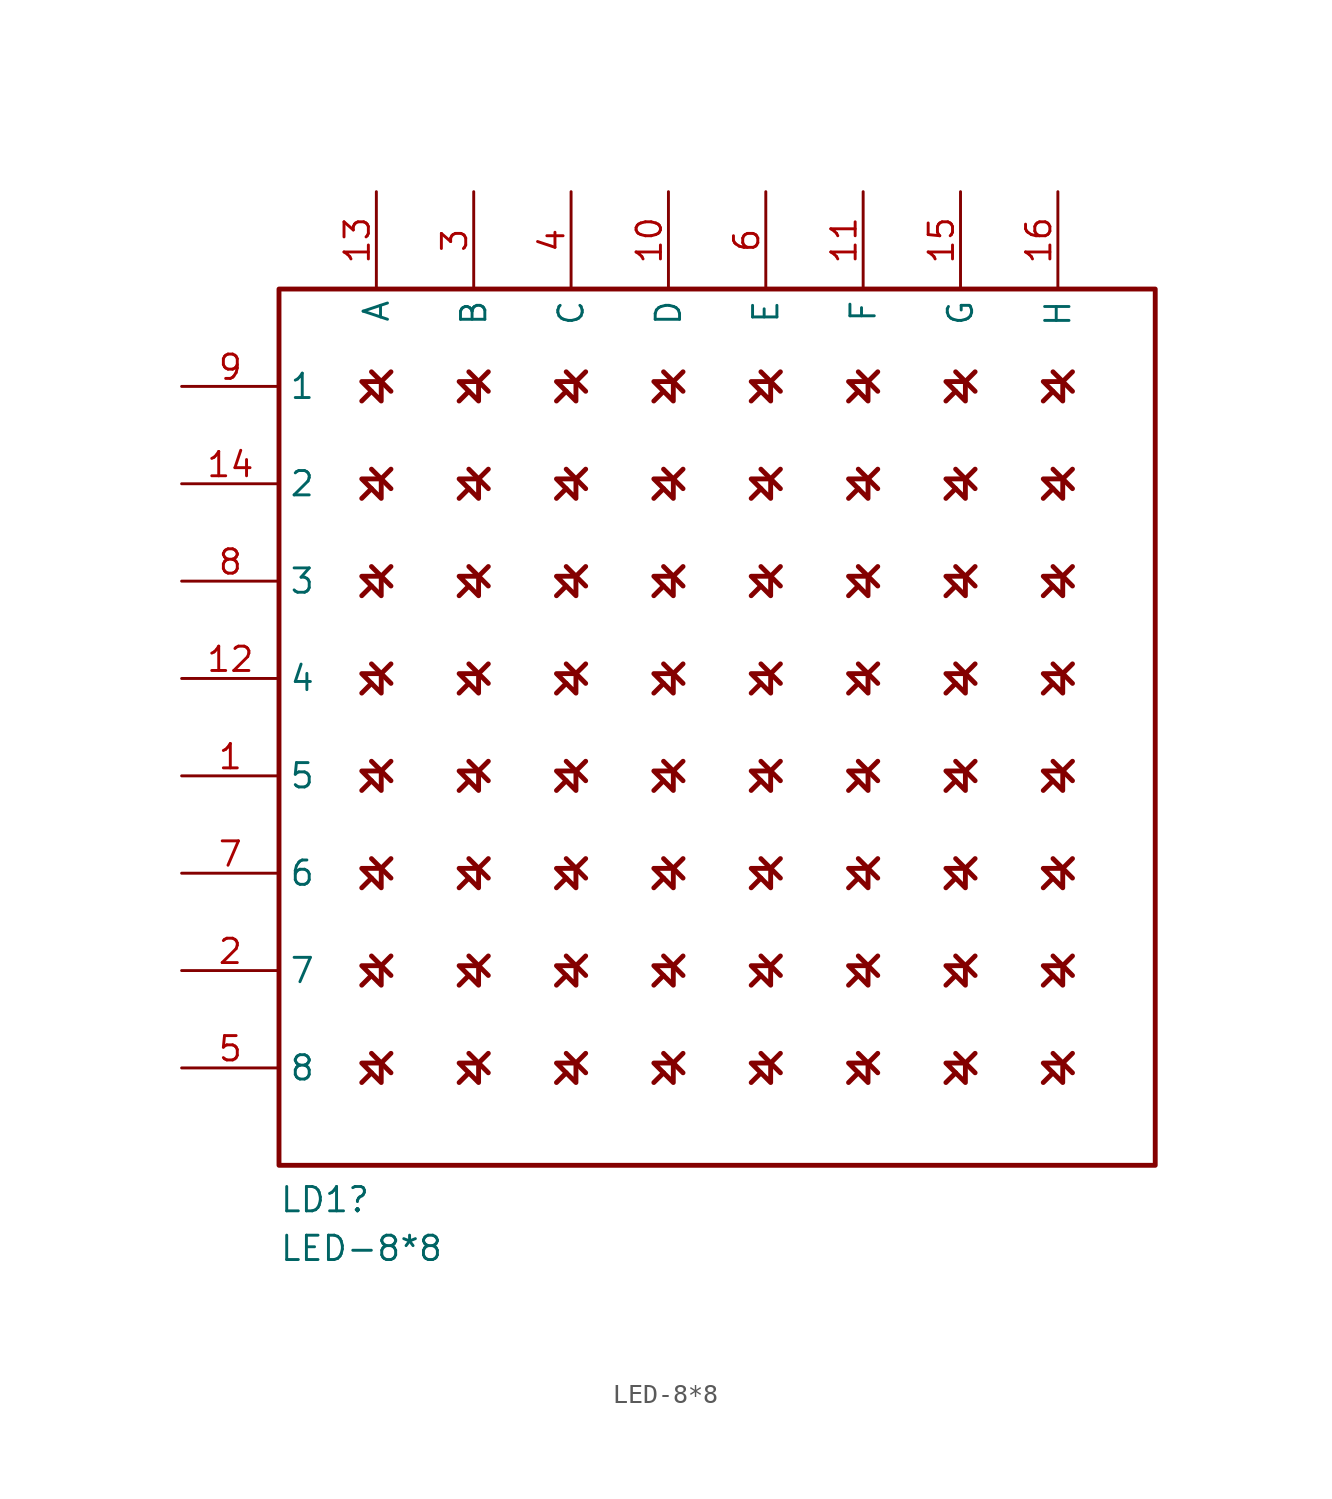
<source format=kicad_sym>
(kicad_symbol_lib
  (version 20211014)
  (generator kicad_symbol_editor)
  (symbol "LED-8*8"
    (property "Reference" "LD1"
      (at 0 -48.26 0)
      (effects (font (size 1.27 1.27)) (justify left bottom)))
    (property "Value" "LED-8*8"
      (at 0 -50.8 0)
      (effects (font (size 1.27 1.27)) (justify left bottom)))
    (symbol "LED-8*8_1_0"
      (polyline (pts (xy 4.826 -40.894) (xy 4.318 -41.402)) (stroke (width 0.254) (type default) (color 0 0 0 0)) (fill (type none)))
      (polyline (pts (xy 4.826 -35.814) (xy 4.318 -36.322)) (stroke (width 0.254) (type default) (color 0 0 0 0)) (fill (type none)))
      (polyline (pts (xy 4.826 -30.734) (xy 4.318 -31.242)) (stroke (width 0.254) (type default) (color 0 0 0 0)) (fill (type none)))
      (polyline (pts (xy 4.826 -25.654) (xy 4.318 -26.162)) (stroke (width 0.254) (type default) (color 0 0 0 0)) (fill (type none)))
      (polyline (pts (xy 4.826 -20.574) (xy 4.318 -21.082)) (stroke (width 0.254) (type default) (color 0 0 0 0)) (fill (type none)))
      (polyline (pts (xy 4.826 -15.494) (xy 4.318 -16.002)) (stroke (width 0.254) (type default) (color 0 0 0 0)) (fill (type none)))
      (polyline (pts (xy 4.826 -10.414) (xy 4.318 -10.922)) (stroke (width 0.254) (type default) (color 0 0 0 0)) (fill (type none)))
      (polyline (pts (xy 4.826 -5.334) (xy 4.318 -5.842)) (stroke (width 0.254) (type default) (color 0 0 0 0)) (fill (type none)))
      (polyline (pts (xy 5.334 -40.386) (xy 5.842 -39.878)) (stroke (width 0.254) (type default) (color 0 0 0 0)) (fill (type none)))
      (polyline (pts (xy 5.334 -35.306) (xy 5.842 -34.798)) (stroke (width 0.254) (type default) (color 0 0 0 0)) (fill (type none)))
      (polyline (pts (xy 5.334 -30.226) (xy 5.842 -29.718)) (stroke (width 0.254) (type default) (color 0 0 0 0)) (fill (type none)))
      (polyline (pts (xy 5.334 -25.146) (xy 5.842 -24.638)) (stroke (width 0.254) (type default) (color 0 0 0 0)) (fill (type none)))
      (polyline (pts (xy 5.334 -20.066) (xy 5.842 -19.558)) (stroke (width 0.254) (type default) (color 0 0 0 0)) (fill (type none)))
      (polyline (pts (xy 5.334 -14.986) (xy 5.842 -14.478)) (stroke (width 0.254) (type default) (color 0 0 0 0)) (fill (type none)))
      (polyline (pts (xy 5.334 -9.906) (xy 5.842 -9.398)) (stroke (width 0.254) (type default) (color 0 0 0 0)) (fill (type none)))
      (polyline (pts (xy 5.334 -4.826) (xy 5.842 -4.318)) (stroke (width 0.254) (type default) (color 0 0 0 0)) (fill (type none)))
      (polyline (pts (xy 5.842 -40.894) (xy 4.826 -39.878)) (stroke (width 0.254) (type default) (color 0 0 0 0)) (fill (type none)))
      (polyline (pts (xy 5.842 -35.814) (xy 4.826 -34.798)) (stroke (width 0.254) (type default) (color 0 0 0 0)) (fill (type none)))
      (polyline (pts (xy 5.842 -30.734) (xy 4.826 -29.718)) (stroke (width 0.254) (type default) (color 0 0 0 0)) (fill (type none)))
      (polyline (pts (xy 5.842 -25.654) (xy 4.826 -24.638)) (stroke (width 0.254) (type default) (color 0 0 0 0)) (fill (type none)))
      (polyline (pts (xy 5.842 -20.574) (xy 4.826 -19.558)) (stroke (width 0.254) (type default) (color 0 0 0 0)) (fill (type none)))
      (polyline (pts (xy 5.842 -15.494) (xy 4.826 -14.478)) (stroke (width 0.254) (type default) (color 0 0 0 0)) (fill (type none)))
      (polyline (pts (xy 5.842 -10.414) (xy 4.826 -9.398)) (stroke (width 0.254) (type default) (color 0 0 0 0)) (fill (type none)))
      (polyline (pts (xy 5.842 -5.334) (xy 4.826 -4.318)) (stroke (width 0.254) (type default) (color 0 0 0 0)) (fill (type none)))
      (polyline (pts (xy 9.906 -40.894) (xy 9.398 -41.402)) (stroke (width 0.254) (type default) (color 0 0 0 0)) (fill (type none)))
      (polyline (pts (xy 9.906 -35.814) (xy 9.398 -36.322)) (stroke (width 0.254) (type default) (color 0 0 0 0)) (fill (type none)))
      (polyline (pts (xy 9.906 -30.734) (xy 9.398 -31.242)) (stroke (width 0.254) (type default) (color 0 0 0 0)) (fill (type none)))
      (polyline (pts (xy 9.906 -25.654) (xy 9.398 -26.162)) (stroke (width 0.254) (type default) (color 0 0 0 0)) (fill (type none)))
      (polyline (pts (xy 9.906 -20.574) (xy 9.398 -21.082)) (stroke (width 0.254) (type default) (color 0 0 0 0)) (fill (type none)))
      (polyline (pts (xy 9.906 -15.494) (xy 9.398 -16.002)) (stroke (width 0.254) (type default) (color 0 0 0 0)) (fill (type none)))
      (polyline (pts (xy 9.906 -10.414) (xy 9.398 -10.922)) (stroke (width 0.254) (type default) (color 0 0 0 0)) (fill (type none)))
      (polyline (pts (xy 9.906 -5.334) (xy 9.398 -5.842)) (stroke (width 0.254) (type default) (color 0 0 0 0)) (fill (type none)))
      (polyline (pts (xy 10.414 -40.386) (xy 10.922 -39.878)) (stroke (width 0.254) (type default) (color 0 0 0 0)) (fill (type none)))
      (polyline (pts (xy 10.414 -35.306) (xy 10.922 -34.798)) (stroke (width 0.254) (type default) (color 0 0 0 0)) (fill (type none)))
      (polyline (pts (xy 10.414 -30.226) (xy 10.922 -29.718)) (stroke (width 0.254) (type default) (color 0 0 0 0)) (fill (type none)))
      (polyline (pts (xy 10.414 -25.146) (xy 10.922 -24.638)) (stroke (width 0.254) (type default) (color 0 0 0 0)) (fill (type none)))
      (polyline (pts (xy 10.414 -20.066) (xy 10.922 -19.558)) (stroke (width 0.254) (type default) (color 0 0 0 0)) (fill (type none)))
      (polyline (pts (xy 10.414 -14.986) (xy 10.922 -14.478)) (stroke (width 0.254) (type default) (color 0 0 0 0)) (fill (type none)))
      (polyline (pts (xy 10.414 -9.906) (xy 10.922 -9.398)) (stroke (width 0.254) (type default) (color 0 0 0 0)) (fill (type none)))
      (polyline (pts (xy 10.414 -4.826) (xy 10.922 -4.318)) (stroke (width 0.254) (type default) (color 0 0 0 0)) (fill (type none)))
      (polyline (pts (xy 10.922 -40.894) (xy 9.906 -39.878)) (stroke (width 0.254) (type default) (color 0 0 0 0)) (fill (type none)))
      (polyline (pts (xy 10.922 -35.814) (xy 9.906 -34.798)) (stroke (width 0.254) (type default) (color 0 0 0 0)) (fill (type none)))
      (polyline (pts (xy 10.922 -30.734) (xy 9.906 -29.718)) (stroke (width 0.254) (type default) (color 0 0 0 0)) (fill (type none)))
      (polyline (pts (xy 10.922 -25.654) (xy 9.906 -24.638)) (stroke (width 0.254) (type default) (color 0 0 0 0)) (fill (type none)))
      (polyline (pts (xy 10.922 -20.574) (xy 9.906 -19.558)) (stroke (width 0.254) (type default) (color 0 0 0 0)) (fill (type none)))
      (polyline (pts (xy 10.922 -15.494) (xy 9.906 -14.478)) (stroke (width 0.254) (type default) (color 0 0 0 0)) (fill (type none)))
      (polyline (pts (xy 10.922 -10.414) (xy 9.906 -9.398)) (stroke (width 0.254) (type default) (color 0 0 0 0)) (fill (type none)))
      (polyline (pts (xy 10.922 -5.334) (xy 9.906 -4.318)) (stroke (width 0.254) (type default) (color 0 0 0 0)) (fill (type none)))
      (polyline (pts (xy 14.986 -40.894) (xy 14.478 -41.402)) (stroke (width 0.254) (type default) (color 0 0 0 0)) (fill (type none)))
      (polyline (pts (xy 14.986 -35.814) (xy 14.478 -36.322)) (stroke (width 0.254) (type default) (color 0 0 0 0)) (fill (type none)))
      (polyline (pts (xy 14.986 -30.734) (xy 14.478 -31.242)) (stroke (width 0.254) (type default) (color 0 0 0 0)) (fill (type none)))
      (polyline (pts (xy 14.986 -25.654) (xy 14.478 -26.162)) (stroke (width 0.254) (type default) (color 0 0 0 0)) (fill (type none)))
      (polyline (pts (xy 14.986 -20.574) (xy 14.478 -21.082)) (stroke (width 0.254) (type default) (color 0 0 0 0)) (fill (type none)))
      (polyline (pts (xy 14.986 -15.494) (xy 14.478 -16.002)) (stroke (width 0.254) (type default) (color 0 0 0 0)) (fill (type none)))
      (polyline (pts (xy 14.986 -10.414) (xy 14.478 -10.922)) (stroke (width 0.254) (type default) (color 0 0 0 0)) (fill (type none)))
      (polyline (pts (xy 14.986 -5.334) (xy 14.478 -5.842)) (stroke (width 0.254) (type default) (color 0 0 0 0)) (fill (type none)))
      (polyline (pts (xy 15.494 -40.386) (xy 16.002 -39.878)) (stroke (width 0.254) (type default) (color 0 0 0 0)) (fill (type none)))
      (polyline (pts (xy 15.494 -35.306) (xy 16.002 -34.798)) (stroke (width 0.254) (type default) (color 0 0 0 0)) (fill (type none)))
      (polyline (pts (xy 15.494 -30.226) (xy 16.002 -29.718)) (stroke (width 0.254) (type default) (color 0 0 0 0)) (fill (type none)))
      (polyline (pts (xy 15.494 -25.146) (xy 16.002 -24.638)) (stroke (width 0.254) (type default) (color 0 0 0 0)) (fill (type none)))
      (polyline (pts (xy 15.494 -20.066) (xy 16.002 -19.558)) (stroke (width 0.254) (type default) (color 0 0 0 0)) (fill (type none)))
      (polyline (pts (xy 15.494 -14.986) (xy 16.002 -14.478)) (stroke (width 0.254) (type default) (color 0 0 0 0)) (fill (type none)))
      (polyline (pts (xy 15.494 -9.906) (xy 16.002 -9.398)) (stroke (width 0.254) (type default) (color 0 0 0 0)) (fill (type none)))
      (polyline (pts (xy 15.494 -4.826) (xy 16.002 -4.318)) (stroke (width 0.254) (type default) (color 0 0 0 0)) (fill (type none)))
      (polyline (pts (xy 16.002 -40.894) (xy 14.986 -39.878)) (stroke (width 0.254) (type default) (color 0 0 0 0)) (fill (type none)))
      (polyline (pts (xy 16.002 -35.814) (xy 14.986 -34.798)) (stroke (width 0.254) (type default) (color 0 0 0 0)) (fill (type none)))
      (polyline (pts (xy 16.002 -30.734) (xy 14.986 -29.718)) (stroke (width 0.254) (type default) (color 0 0 0 0)) (fill (type none)))
      (polyline (pts (xy 16.002 -25.654) (xy 14.986 -24.638)) (stroke (width 0.254) (type default) (color 0 0 0 0)) (fill (type none)))
      (polyline (pts (xy 16.002 -20.574) (xy 14.986 -19.558)) (stroke (width 0.254) (type default) (color 0 0 0 0)) (fill (type none)))
      (polyline (pts (xy 16.002 -15.494) (xy 14.986 -14.478)) (stroke (width 0.254) (type default) (color 0 0 0 0)) (fill (type none)))
      (polyline (pts (xy 16.002 -10.414) (xy 14.986 -9.398)) (stroke (width 0.254) (type default) (color 0 0 0 0)) (fill (type none)))
      (polyline (pts (xy 16.002 -5.334) (xy 14.986 -4.318)) (stroke (width 0.254) (type default) (color 0 0 0 0)) (fill (type none)))
      (polyline (pts (xy 20.066 -40.894) (xy 19.558 -41.402)) (stroke (width 0.254) (type default) (color 0 0 0 0)) (fill (type none)))
      (polyline (pts (xy 20.066 -35.814) (xy 19.558 -36.322)) (stroke (width 0.254) (type default) (color 0 0 0 0)) (fill (type none)))
      (polyline (pts (xy 20.066 -30.734) (xy 19.558 -31.242)) (stroke (width 0.254) (type default) (color 0 0 0 0)) (fill (type none)))
      (polyline (pts (xy 20.066 -25.654) (xy 19.558 -26.162)) (stroke (width 0.254) (type default) (color 0 0 0 0)) (fill (type none)))
      (polyline (pts (xy 20.066 -20.574) (xy 19.558 -21.082)) (stroke (width 0.254) (type default) (color 0 0 0 0)) (fill (type none)))
      (polyline (pts (xy 20.066 -15.494) (xy 19.558 -16.002)) (stroke (width 0.254) (type default) (color 0 0 0 0)) (fill (type none)))
      (polyline (pts (xy 20.066 -10.414) (xy 19.558 -10.922)) (stroke (width 0.254) (type default) (color 0 0 0 0)) (fill (type none)))
      (polyline (pts (xy 20.066 -5.334) (xy 19.558 -5.842)) (stroke (width 0.254) (type default) (color 0 0 0 0)) (fill (type none)))
      (polyline (pts (xy 20.574 -40.386) (xy 21.082 -39.878)) (stroke (width 0.254) (type default) (color 0 0 0 0)) (fill (type none)))
      (polyline (pts (xy 20.574 -35.306) (xy 21.082 -34.798)) (stroke (width 0.254) (type default) (color 0 0 0 0)) (fill (type none)))
      (polyline (pts (xy 20.574 -30.226) (xy 21.082 -29.718)) (stroke (width 0.254) (type default) (color 0 0 0 0)) (fill (type none)))
      (polyline (pts (xy 20.574 -25.146) (xy 21.082 -24.638)) (stroke (width 0.254) (type default) (color 0 0 0 0)) (fill (type none)))
      (polyline (pts (xy 20.574 -20.066) (xy 21.082 -19.558)) (stroke (width 0.254) (type default) (color 0 0 0 0)) (fill (type none)))
      (polyline (pts (xy 20.574 -14.986) (xy 21.082 -14.478)) (stroke (width 0.254) (type default) (color 0 0 0 0)) (fill (type none)))
      (polyline (pts (xy 20.574 -9.906) (xy 21.082 -9.398)) (stroke (width 0.254) (type default) (color 0 0 0 0)) (fill (type none)))
      (polyline (pts (xy 20.574 -4.826) (xy 21.082 -4.318)) (stroke (width 0.254) (type default) (color 0 0 0 0)) (fill (type none)))
      (polyline (pts (xy 21.082 -40.894) (xy 20.066 -39.878)) (stroke (width 0.254) (type default) (color 0 0 0 0)) (fill (type none)))
      (polyline (pts (xy 21.082 -35.814) (xy 20.066 -34.798)) (stroke (width 0.254) (type default) (color 0 0 0 0)) (fill (type none)))
      (polyline (pts (xy 21.082 -30.734) (xy 20.066 -29.718)) (stroke (width 0.254) (type default) (color 0 0 0 0)) (fill (type none)))
      (polyline (pts (xy 21.082 -25.654) (xy 20.066 -24.638)) (stroke (width 0.254) (type default) (color 0 0 0 0)) (fill (type none)))
      (polyline (pts (xy 21.082 -20.574) (xy 20.066 -19.558)) (stroke (width 0.254) (type default) (color 0 0 0 0)) (fill (type none)))
      (polyline (pts (xy 21.082 -15.494) (xy 20.066 -14.478)) (stroke (width 0.254) (type default) (color 0 0 0 0)) (fill (type none)))
      (polyline (pts (xy 21.082 -10.414) (xy 20.066 -9.398)) (stroke (width 0.254) (type default) (color 0 0 0 0)) (fill (type none)))
      (polyline (pts (xy 21.082 -5.334) (xy 20.066 -4.318)) (stroke (width 0.254) (type default) (color 0 0 0 0)) (fill (type none)))
      (polyline (pts (xy 25.146 -40.894) (xy 24.638 -41.402)) (stroke (width 0.254) (type default) (color 0 0 0 0)) (fill (type none)))
      (polyline (pts (xy 25.146 -35.814) (xy 24.638 -36.322)) (stroke (width 0.254) (type default) (color 0 0 0 0)) (fill (type none)))
      (polyline (pts (xy 25.146 -30.734) (xy 24.638 -31.242)) (stroke (width 0.254) (type default) (color 0 0 0 0)) (fill (type none)))
      (polyline (pts (xy 25.146 -25.654) (xy 24.638 -26.162)) (stroke (width 0.254) (type default) (color 0 0 0 0)) (fill (type none)))
      (polyline (pts (xy 25.146 -20.574) (xy 24.638 -21.082)) (stroke (width 0.254) (type default) (color 0 0 0 0)) (fill (type none)))
      (polyline (pts (xy 25.146 -15.494) (xy 24.638 -16.002)) (stroke (width 0.254) (type default) (color 0 0 0 0)) (fill (type none)))
      (polyline (pts (xy 25.146 -10.414) (xy 24.638 -10.922)) (stroke (width 0.254) (type default) (color 0 0 0 0)) (fill (type none)))
      (polyline (pts (xy 25.146 -5.334) (xy 24.638 -5.842)) (stroke (width 0.254) (type default) (color 0 0 0 0)) (fill (type none)))
      (polyline (pts (xy 25.654 -40.386) (xy 26.162 -39.878)) (stroke (width 0.254) (type default) (color 0 0 0 0)) (fill (type none)))
      (polyline (pts (xy 25.654 -35.306) (xy 26.162 -34.798)) (stroke (width 0.254) (type default) (color 0 0 0 0)) (fill (type none)))
      (polyline (pts (xy 25.654 -30.226) (xy 26.162 -29.718)) (stroke (width 0.254) (type default) (color 0 0 0 0)) (fill (type none)))
      (polyline (pts (xy 25.654 -25.146) (xy 26.162 -24.638)) (stroke (width 0.254) (type default) (color 0 0 0 0)) (fill (type none)))
      (polyline (pts (xy 25.654 -20.066) (xy 26.162 -19.558)) (stroke (width 0.254) (type default) (color 0 0 0 0)) (fill (type none)))
      (polyline (pts (xy 25.654 -14.986) (xy 26.162 -14.478)) (stroke (width 0.254) (type default) (color 0 0 0 0)) (fill (type none)))
      (polyline (pts (xy 25.654 -9.906) (xy 26.162 -9.398)) (stroke (width 0.254) (type default) (color 0 0 0 0)) (fill (type none)))
      (polyline (pts (xy 25.654 -4.826) (xy 26.162 -4.318)) (stroke (width 0.254) (type default) (color 0 0 0 0)) (fill (type none)))
      (polyline (pts (xy 26.162 -40.894) (xy 25.146 -39.878)) (stroke (width 0.254) (type default) (color 0 0 0 0)) (fill (type none)))
      (polyline (pts (xy 26.162 -35.814) (xy 25.146 -34.798)) (stroke (width 0.254) (type default) (color 0 0 0 0)) (fill (type none)))
      (polyline (pts (xy 26.162 -30.734) (xy 25.146 -29.718)) (stroke (width 0.254) (type default) (color 0 0 0 0)) (fill (type none)))
      (polyline (pts (xy 26.162 -25.654) (xy 25.146 -24.638)) (stroke (width 0.254) (type default) (color 0 0 0 0)) (fill (type none)))
      (polyline (pts (xy 26.162 -20.574) (xy 25.146 -19.558)) (stroke (width 0.254) (type default) (color 0 0 0 0)) (fill (type none)))
      (polyline (pts (xy 26.162 -15.494) (xy 25.146 -14.478)) (stroke (width 0.254) (type default) (color 0 0 0 0)) (fill (type none)))
      (polyline (pts (xy 26.162 -10.414) (xy 25.146 -9.398)) (stroke (width 0.254) (type default) (color 0 0 0 0)) (fill (type none)))
      (polyline (pts (xy 26.162 -5.334) (xy 25.146 -4.318)) (stroke (width 0.254) (type default) (color 0 0 0 0)) (fill (type none)))
      (polyline (pts (xy 30.226 -40.894) (xy 29.718 -41.402)) (stroke (width 0.254) (type default) (color 0 0 0 0)) (fill (type none)))
      (polyline (pts (xy 30.226 -35.814) (xy 29.718 -36.322)) (stroke (width 0.254) (type default) (color 0 0 0 0)) (fill (type none)))
      (polyline (pts (xy 30.226 -30.734) (xy 29.718 -31.242)) (stroke (width 0.254) (type default) (color 0 0 0 0)) (fill (type none)))
      (polyline (pts (xy 30.226 -25.654) (xy 29.718 -26.162)) (stroke (width 0.254) (type default) (color 0 0 0 0)) (fill (type none)))
      (polyline (pts (xy 30.226 -20.574) (xy 29.718 -21.082)) (stroke (width 0.254) (type default) (color 0 0 0 0)) (fill (type none)))
      (polyline (pts (xy 30.226 -15.494) (xy 29.718 -16.002)) (stroke (width 0.254) (type default) (color 0 0 0 0)) (fill (type none)))
      (polyline (pts (xy 30.226 -10.414) (xy 29.718 -10.922)) (stroke (width 0.254) (type default) (color 0 0 0 0)) (fill (type none)))
      (polyline (pts (xy 30.226 -5.334) (xy 29.718 -5.842)) (stroke (width 0.254) (type default) (color 0 0 0 0)) (fill (type none)))
      (polyline (pts (xy 30.734 -40.386) (xy 31.242 -39.878)) (stroke (width 0.254) (type default) (color 0 0 0 0)) (fill (type none)))
      (polyline (pts (xy 30.734 -35.306) (xy 31.242 -34.798)) (stroke (width 0.254) (type default) (color 0 0 0 0)) (fill (type none)))
      (polyline (pts (xy 30.734 -30.226) (xy 31.242 -29.718)) (stroke (width 0.254) (type default) (color 0 0 0 0)) (fill (type none)))
      (polyline (pts (xy 30.734 -25.146) (xy 31.242 -24.638)) (stroke (width 0.254) (type default) (color 0 0 0 0)) (fill (type none)))
      (polyline (pts (xy 30.734 -20.066) (xy 31.242 -19.558)) (stroke (width 0.254) (type default) (color 0 0 0 0)) (fill (type none)))
      (polyline (pts (xy 30.734 -14.986) (xy 31.242 -14.478)) (stroke (width 0.254) (type default) (color 0 0 0 0)) (fill (type none)))
      (polyline (pts (xy 30.734 -9.906) (xy 31.242 -9.398)) (stroke (width 0.254) (type default) (color 0 0 0 0)) (fill (type none)))
      (polyline (pts (xy 30.734 -4.826) (xy 31.242 -4.318)) (stroke (width 0.254) (type default) (color 0 0 0 0)) (fill (type none)))
      (polyline (pts (xy 31.242 -40.894) (xy 30.226 -39.878)) (stroke (width 0.254) (type default) (color 0 0 0 0)) (fill (type none)))
      (polyline (pts (xy 31.242 -35.814) (xy 30.226 -34.798)) (stroke (width 0.254) (type default) (color 0 0 0 0)) (fill (type none)))
      (polyline (pts (xy 31.242 -30.734) (xy 30.226 -29.718)) (stroke (width 0.254) (type default) (color 0 0 0 0)) (fill (type none)))
      (polyline (pts (xy 31.242 -25.654) (xy 30.226 -24.638)) (stroke (width 0.254) (type default) (color 0 0 0 0)) (fill (type none)))
      (polyline (pts (xy 31.242 -20.574) (xy 30.226 -19.558)) (stroke (width 0.254) (type default) (color 0 0 0 0)) (fill (type none)))
      (polyline (pts (xy 31.242 -15.494) (xy 30.226 -14.478)) (stroke (width 0.254) (type default) (color 0 0 0 0)) (fill (type none)))
      (polyline (pts (xy 31.242 -10.414) (xy 30.226 -9.398)) (stroke (width 0.254) (type default) (color 0 0 0 0)) (fill (type none)))
      (polyline (pts (xy 31.242 -5.334) (xy 30.226 -4.318)) (stroke (width 0.254) (type default) (color 0 0 0 0)) (fill (type none)))
      (polyline (pts (xy 35.306 -40.894) (xy 34.798 -41.402)) (stroke (width 0.254) (type default) (color 0 0 0 0)) (fill (type none)))
      (polyline (pts (xy 35.306 -35.814) (xy 34.798 -36.322)) (stroke (width 0.254) (type default) (color 0 0 0 0)) (fill (type none)))
      (polyline (pts (xy 35.306 -30.734) (xy 34.798 -31.242)) (stroke (width 0.254) (type default) (color 0 0 0 0)) (fill (type none)))
      (polyline (pts (xy 35.306 -25.654) (xy 34.798 -26.162)) (stroke (width 0.254) (type default) (color 0 0 0 0)) (fill (type none)))
      (polyline (pts (xy 35.306 -20.574) (xy 34.798 -21.082)) (stroke (width 0.254) (type default) (color 0 0 0 0)) (fill (type none)))
      (polyline (pts (xy 35.306 -15.494) (xy 34.798 -16.002)) (stroke (width 0.254) (type default) (color 0 0 0 0)) (fill (type none)))
      (polyline (pts (xy 35.306 -10.414) (xy 34.798 -10.922)) (stroke (width 0.254) (type default) (color 0 0 0 0)) (fill (type none)))
      (polyline (pts (xy 35.306 -5.334) (xy 34.798 -5.842)) (stroke (width 0.254) (type default) (color 0 0 0 0)) (fill (type none)))
      (polyline (pts (xy 35.814 -40.386) (xy 36.322 -39.878)) (stroke (width 0.254) (type default) (color 0 0 0 0)) (fill (type none)))
      (polyline (pts (xy 35.814 -35.306) (xy 36.322 -34.798)) (stroke (width 0.254) (type default) (color 0 0 0 0)) (fill (type none)))
      (polyline (pts (xy 35.814 -30.226) (xy 36.322 -29.718)) (stroke (width 0.254) (type default) (color 0 0 0 0)) (fill (type none)))
      (polyline (pts (xy 35.814 -25.146) (xy 36.322 -24.638)) (stroke (width 0.254) (type default) (color 0 0 0 0)) (fill (type none)))
      (polyline (pts (xy 35.814 -20.066) (xy 36.322 -19.558)) (stroke (width 0.254) (type default) (color 0 0 0 0)) (fill (type none)))
      (polyline (pts (xy 35.814 -14.986) (xy 36.322 -14.478)) (stroke (width 0.254) (type default) (color 0 0 0 0)) (fill (type none)))
      (polyline (pts (xy 35.814 -9.906) (xy 36.322 -9.398)) (stroke (width 0.254) (type default) (color 0 0 0 0)) (fill (type none)))
      (polyline (pts (xy 35.814 -4.826) (xy 36.322 -4.318)) (stroke (width 0.254) (type default) (color 0 0 0 0)) (fill (type none)))
      (polyline (pts (xy 36.322 -40.894) (xy 35.306 -39.878)) (stroke (width 0.254) (type default) (color 0 0 0 0)) (fill (type none)))
      (polyline (pts (xy 36.322 -35.814) (xy 35.306 -34.798)) (stroke (width 0.254) (type default) (color 0 0 0 0)) (fill (type none)))
      (polyline (pts (xy 36.322 -30.734) (xy 35.306 -29.718)) (stroke (width 0.254) (type default) (color 0 0 0 0)) (fill (type none)))
      (polyline (pts (xy 36.322 -25.654) (xy 35.306 -24.638)) (stroke (width 0.254) (type default) (color 0 0 0 0)) (fill (type none)))
      (polyline (pts (xy 36.322 -20.574) (xy 35.306 -19.558)) (stroke (width 0.254) (type default) (color 0 0 0 0)) (fill (type none)))
      (polyline (pts (xy 36.322 -15.494) (xy 35.306 -14.478)) (stroke (width 0.254) (type default) (color 0 0 0 0)) (fill (type none)))
      (polyline (pts (xy 36.322 -10.414) (xy 35.306 -9.398)) (stroke (width 0.254) (type default) (color 0 0 0 0)) (fill (type none)))
      (polyline (pts (xy 36.322 -5.334) (xy 35.306 -4.318)) (stroke (width 0.254) (type default) (color 0 0 0 0)) (fill (type none)))
      (polyline (pts (xy 40.386 -40.894) (xy 39.878 -41.402)) (stroke (width 0.254) (type default) (color 0 0 0 0)) (fill (type none)))
      (polyline (pts (xy 40.386 -35.814) (xy 39.878 -36.322)) (stroke (width 0.254) (type default) (color 0 0 0 0)) (fill (type none)))
      (polyline (pts (xy 40.386 -30.734) (xy 39.878 -31.242)) (stroke (width 0.254) (type default) (color 0 0 0 0)) (fill (type none)))
      (polyline (pts (xy 40.386 -25.654) (xy 39.878 -26.162)) (stroke (width 0.254) (type default) (color 0 0 0 0)) (fill (type none)))
      (polyline (pts (xy 40.386 -20.574) (xy 39.878 -21.082)) (stroke (width 0.254) (type default) (color 0 0 0 0)) (fill (type none)))
      (polyline (pts (xy 40.386 -15.494) (xy 39.878 -16.002)) (stroke (width 0.254) (type default) (color 0 0 0 0)) (fill (type none)))
      (polyline (pts (xy 40.386 -10.414) (xy 39.878 -10.922)) (stroke (width 0.254) (type default) (color 0 0 0 0)) (fill (type none)))
      (polyline (pts (xy 40.386 -5.334) (xy 39.878 -5.842)) (stroke (width 0.254) (type default) (color 0 0 0 0)) (fill (type none)))
      (polyline (pts (xy 40.894 -40.386) (xy 41.402 -39.878)) (stroke (width 0.254) (type default) (color 0 0 0 0)) (fill (type none)))
      (polyline (pts (xy 40.894 -35.306) (xy 41.402 -34.798)) (stroke (width 0.254) (type default) (color 0 0 0 0)) (fill (type none)))
      (polyline (pts (xy 40.894 -30.226) (xy 41.402 -29.718)) (stroke (width 0.254) (type default) (color 0 0 0 0)) (fill (type none)))
      (polyline (pts (xy 40.894 -25.146) (xy 41.402 -24.638)) (stroke (width 0.254) (type default) (color 0 0 0 0)) (fill (type none)))
      (polyline (pts (xy 40.894 -20.066) (xy 41.402 -19.558)) (stroke (width 0.254) (type default) (color 0 0 0 0)) (fill (type none)))
      (polyline (pts (xy 40.894 -14.986) (xy 41.402 -14.478)) (stroke (width 0.254) (type default) (color 0 0 0 0)) (fill (type none)))
      (polyline (pts (xy 40.894 -9.906) (xy 41.402 -9.398)) (stroke (width 0.254) (type default) (color 0 0 0 0)) (fill (type none)))
      (polyline (pts (xy 40.894 -4.826) (xy 41.402 -4.318)) (stroke (width 0.254) (type default) (color 0 0 0 0)) (fill (type none)))
      (polyline (pts (xy 41.402 -40.894) (xy 40.386 -39.878)) (stroke (width 0.254) (type default) (color 0 0 0 0)) (fill (type none)))
      (polyline (pts (xy 41.402 -35.814) (xy 40.386 -34.798)) (stroke (width 0.254) (type default) (color 0 0 0 0)) (fill (type none)))
      (polyline (pts (xy 41.402 -30.734) (xy 40.386 -29.718)) (stroke (width 0.254) (type default) (color 0 0 0 0)) (fill (type none)))
      (polyline (pts (xy 41.402 -25.654) (xy 40.386 -24.638)) (stroke (width 0.254) (type default) (color 0 0 0 0)) (fill (type none)))
      (polyline (pts (xy 41.402 -20.574) (xy 40.386 -19.558)) (stroke (width 0.254) (type default) (color 0 0 0 0)) (fill (type none)))
      (polyline (pts (xy 41.402 -15.494) (xy 40.386 -14.478)) (stroke (width 0.254) (type default) (color 0 0 0 0)) (fill (type none)))
      (polyline (pts (xy 41.402 -10.414) (xy 40.386 -9.398)) (stroke (width 0.254) (type default) (color 0 0 0 0)) (fill (type none)))
      (polyline (pts (xy 41.402 -5.334) (xy 40.386 -4.318)) (stroke (width 0.254) (type default) (color 0 0 0 0)) (fill (type none)))
      (polyline (pts (xy 5.334 -41.402) (xy 4.318 -40.386) (xy 5.334 -40.386) (xy 5.334 -41.402)) (stroke (width 0.254) (type default) (color 0 0 0 0)) (fill (type none)))
      (polyline (pts (xy 5.334 -36.322) (xy 4.318 -35.306) (xy 5.334 -35.306) (xy 5.334 -36.322)) (stroke (width 0.254) (type default) (color 0 0 0 0)) (fill (type none)))
      (polyline (pts (xy 5.334 -31.242) (xy 4.318 -30.226) (xy 5.334 -30.226) (xy 5.334 -31.242)) (stroke (width 0.254) (type default) (color 0 0 0 0)) (fill (type none)))
      (polyline (pts (xy 5.334 -26.162) (xy 4.318 -25.146) (xy 5.334 -25.146) (xy 5.334 -26.162)) (stroke (width 0.254) (type default) (color 0 0 0 0)) (fill (type none)))
      (polyline (pts (xy 5.334 -21.082) (xy 4.318 -20.066) (xy 5.334 -20.066) (xy 5.334 -21.082)) (stroke (width 0.254) (type default) (color 0 0 0 0)) (fill (type none)))
      (polyline (pts (xy 5.334 -16.002) (xy 4.318 -14.986) (xy 5.334 -14.986) (xy 5.334 -16.002)) (stroke (width 0.254) (type default) (color 0 0 0 0)) (fill (type none)))
      (polyline (pts (xy 5.334 -10.922) (xy 4.318 -9.906) (xy 5.334 -9.906) (xy 5.334 -10.922)) (stroke (width 0.254) (type default) (color 0 0 0 0)) (fill (type none)))
      (polyline (pts (xy 5.334 -5.842) (xy 4.318 -4.826) (xy 5.334 -4.826) (xy 5.334 -5.842)) (stroke (width 0.254) (type default) (color 0 0 0 0)) (fill (type none)))
      (polyline (pts (xy 10.414 -41.402) (xy 9.398 -40.386) (xy 10.414 -40.386) (xy 10.414 -41.402)) (stroke (width 0.254) (type default) (color 0 0 0 0)) (fill (type none)))
      (polyline (pts (xy 10.414 -36.322) (xy 9.398 -35.306) (xy 10.414 -35.306) (xy 10.414 -36.322)) (stroke (width 0.254) (type default) (color 0 0 0 0)) (fill (type none)))
      (polyline (pts (xy 10.414 -31.242) (xy 9.398 -30.226) (xy 10.414 -30.226) (xy 10.414 -31.242)) (stroke (width 0.254) (type default) (color 0 0 0 0)) (fill (type none)))
      (polyline (pts (xy 10.414 -26.162) (xy 9.398 -25.146) (xy 10.414 -25.146) (xy 10.414 -26.162)) (stroke (width 0.254) (type default) (color 0 0 0 0)) (fill (type none)))
      (polyline (pts (xy 10.414 -21.082) (xy 9.398 -20.066) (xy 10.414 -20.066) (xy 10.414 -21.082)) (stroke (width 0.254) (type default) (color 0 0 0 0)) (fill (type none)))
      (polyline (pts (xy 10.414 -16.002) (xy 9.398 -14.986) (xy 10.414 -14.986) (xy 10.414 -16.002)) (stroke (width 0.254) (type default) (color 0 0 0 0)) (fill (type none)))
      (polyline (pts (xy 10.414 -10.922) (xy 9.398 -9.906) (xy 10.414 -9.906) (xy 10.414 -10.922)) (stroke (width 0.254) (type default) (color 0 0 0 0)) (fill (type none)))
      (polyline (pts (xy 10.414 -5.842) (xy 9.398 -4.826) (xy 10.414 -4.826) (xy 10.414 -5.842)) (stroke (width 0.254) (type default) (color 0 0 0 0)) (fill (type none)))
      (polyline (pts (xy 15.494 -41.402) (xy 14.478 -40.386) (xy 15.494 -40.386) (xy 15.494 -41.402)) (stroke (width 0.254) (type default) (color 0 0 0 0)) (fill (type none)))
      (polyline (pts (xy 15.494 -36.322) (xy 14.478 -35.306) (xy 15.494 -35.306) (xy 15.494 -36.322)) (stroke (width 0.254) (type default) (color 0 0 0 0)) (fill (type none)))
      (polyline (pts (xy 15.494 -31.242) (xy 14.478 -30.226) (xy 15.494 -30.226) (xy 15.494 -31.242)) (stroke (width 0.254) (type default) (color 0 0 0 0)) (fill (type none)))
      (polyline (pts (xy 15.494 -26.162) (xy 14.478 -25.146) (xy 15.494 -25.146) (xy 15.494 -26.162)) (stroke (width 0.254) (type default) (color 0 0 0 0)) (fill (type none)))
      (polyline (pts (xy 15.494 -21.082) (xy 14.478 -20.066) (xy 15.494 -20.066) (xy 15.494 -21.082)) (stroke (width 0.254) (type default) (color 0 0 0 0)) (fill (type none)))
      (polyline (pts (xy 15.494 -16.002) (xy 14.478 -14.986) (xy 15.494 -14.986) (xy 15.494 -16.002)) (stroke (width 0.254) (type default) (color 0 0 0 0)) (fill (type none)))
      (polyline (pts (xy 15.494 -10.922) (xy 14.478 -9.906) (xy 15.494 -9.906) (xy 15.494 -10.922)) (stroke (width 0.254) (type default) (color 0 0 0 0)) (fill (type none)))
      (polyline (pts (xy 15.494 -5.842) (xy 14.478 -4.826) (xy 15.494 -4.826) (xy 15.494 -5.842)) (stroke (width 0.254) (type default) (color 0 0 0 0)) (fill (type none)))
      (polyline (pts (xy 20.574 -41.402) (xy 19.558 -40.386) (xy 20.574 -40.386) (xy 20.574 -41.402)) (stroke (width 0.254) (type default) (color 0 0 0 0)) (fill (type none)))
      (polyline (pts (xy 20.574 -36.322) (xy 19.558 -35.306) (xy 20.574 -35.306) (xy 20.574 -36.322)) (stroke (width 0.254) (type default) (color 0 0 0 0)) (fill (type none)))
      (polyline (pts (xy 20.574 -31.242) (xy 19.558 -30.226) (xy 20.574 -30.226) (xy 20.574 -31.242)) (stroke (width 0.254) (type default) (color 0 0 0 0)) (fill (type none)))
      (polyline (pts (xy 20.574 -26.162) (xy 19.558 -25.146) (xy 20.574 -25.146) (xy 20.574 -26.162)) (stroke (width 0.254) (type default) (color 0 0 0 0)) (fill (type none)))
      (polyline (pts (xy 20.574 -21.082) (xy 19.558 -20.066) (xy 20.574 -20.066) (xy 20.574 -21.082)) (stroke (width 0.254) (type default) (color 0 0 0 0)) (fill (type none)))
      (polyline (pts (xy 20.574 -16.002) (xy 19.558 -14.986) (xy 20.574 -14.986) (xy 20.574 -16.002)) (stroke (width 0.254) (type default) (color 0 0 0 0)) (fill (type none)))
      (polyline (pts (xy 20.574 -10.922) (xy 19.558 -9.906) (xy 20.574 -9.906) (xy 20.574 -10.922)) (stroke (width 0.254) (type default) (color 0 0 0 0)) (fill (type none)))
      (polyline (pts (xy 20.574 -5.842) (xy 19.558 -4.826) (xy 20.574 -4.826) (xy 20.574 -5.842)) (stroke (width 0.254) (type default) (color 0 0 0 0)) (fill (type none)))
      (polyline (pts (xy 25.654 -41.402) (xy 24.638 -40.386) (xy 25.654 -40.386) (xy 25.654 -41.402)) (stroke (width 0.254) (type default) (color 0 0 0 0)) (fill (type none)))
      (polyline (pts (xy 25.654 -36.322) (xy 24.638 -35.306) (xy 25.654 -35.306) (xy 25.654 -36.322)) (stroke (width 0.254) (type default) (color 0 0 0 0)) (fill (type none)))
      (polyline (pts (xy 25.654 -31.242) (xy 24.638 -30.226) (xy 25.654 -30.226) (xy 25.654 -31.242)) (stroke (width 0.254) (type default) (color 0 0 0 0)) (fill (type none)))
      (polyline (pts (xy 25.654 -26.162) (xy 24.638 -25.146) (xy 25.654 -25.146) (xy 25.654 -26.162)) (stroke (width 0.254) (type default) (color 0 0 0 0)) (fill (type none)))
      (polyline (pts (xy 25.654 -21.082) (xy 24.638 -20.066) (xy 25.654 -20.066) (xy 25.654 -21.082)) (stroke (width 0.254) (type default) (color 0 0 0 0)) (fill (type none)))
      (polyline (pts (xy 25.654 -16.002) (xy 24.638 -14.986) (xy 25.654 -14.986) (xy 25.654 -16.002)) (stroke (width 0.254) (type default) (color 0 0 0 0)) (fill (type none)))
      (polyline (pts (xy 25.654 -10.922) (xy 24.638 -9.906) (xy 25.654 -9.906) (xy 25.654 -10.922)) (stroke (width 0.254) (type default) (color 0 0 0 0)) (fill (type none)))
      (polyline (pts (xy 25.654 -5.842) (xy 24.638 -4.826) (xy 25.654 -4.826) (xy 25.654 -5.842)) (stroke (width 0.254) (type default) (color 0 0 0 0)) (fill (type none)))
      (polyline (pts (xy 30.734 -41.402) (xy 29.718 -40.386) (xy 30.734 -40.386) (xy 30.734 -41.402)) (stroke (width 0.254) (type default) (color 0 0 0 0)) (fill (type none)))
      (polyline (pts (xy 30.734 -36.322) (xy 29.718 -35.306) (xy 30.734 -35.306) (xy 30.734 -36.322)) (stroke (width 0.254) (type default) (color 0 0 0 0)) (fill (type none)))
      (polyline (pts (xy 30.734 -31.242) (xy 29.718 -30.226) (xy 30.734 -30.226) (xy 30.734 -31.242)) (stroke (width 0.254) (type default) (color 0 0 0 0)) (fill (type none)))
      (polyline (pts (xy 30.734 -26.162) (xy 29.718 -25.146) (xy 30.734 -25.146) (xy 30.734 -26.162)) (stroke (width 0.254) (type default) (color 0 0 0 0)) (fill (type none)))
      (polyline (pts (xy 30.734 -21.082) (xy 29.718 -20.066) (xy 30.734 -20.066) (xy 30.734 -21.082)) (stroke (width 0.254) (type default) (color 0 0 0 0)) (fill (type none)))
      (polyline (pts (xy 30.734 -16.002) (xy 29.718 -14.986) (xy 30.734 -14.986) (xy 30.734 -16.002)) (stroke (width 0.254) (type default) (color 0 0 0 0)) (fill (type none)))
      (polyline (pts (xy 30.734 -10.922) (xy 29.718 -9.906) (xy 30.734 -9.906) (xy 30.734 -10.922)) (stroke (width 0.254) (type default) (color 0 0 0 0)) (fill (type none)))
      (polyline (pts (xy 30.734 -5.842) (xy 29.718 -4.826) (xy 30.734 -4.826) (xy 30.734 -5.842)) (stroke (width 0.254) (type default) (color 0 0 0 0)) (fill (type none)))
      (polyline (pts (xy 35.814 -41.402) (xy 34.798 -40.386) (xy 35.814 -40.386) (xy 35.814 -41.402)) (stroke (width 0.254) (type default) (color 0 0 0 0)) (fill (type none)))
      (polyline (pts (xy 35.814 -36.322) (xy 34.798 -35.306) (xy 35.814 -35.306) (xy 35.814 -36.322)) (stroke (width 0.254) (type default) (color 0 0 0 0)) (fill (type none)))
      (polyline (pts (xy 35.814 -31.242) (xy 34.798 -30.226) (xy 35.814 -30.226) (xy 35.814 -31.242)) (stroke (width 0.254) (type default) (color 0 0 0 0)) (fill (type none)))
      (polyline (pts (xy 35.814 -26.162) (xy 34.798 -25.146) (xy 35.814 -25.146) (xy 35.814 -26.162)) (stroke (width 0.254) (type default) (color 0 0 0 0)) (fill (type none)))
      (polyline (pts (xy 35.814 -21.082) (xy 34.798 -20.066) (xy 35.814 -20.066) (xy 35.814 -21.082)) (stroke (width 0.254) (type default) (color 0 0 0 0)) (fill (type none)))
      (polyline (pts (xy 35.814 -16.002) (xy 34.798 -14.986) (xy 35.814 -14.986) (xy 35.814 -16.002)) (stroke (width 0.254) (type default) (color 0 0 0 0)) (fill (type none)))
      (polyline (pts (xy 35.814 -10.922) (xy 34.798 -9.906) (xy 35.814 -9.906) (xy 35.814 -10.922)) (stroke (width 0.254) (type default) (color 0 0 0 0)) (fill (type none)))
      (polyline (pts (xy 35.814 -5.842) (xy 34.798 -4.826) (xy 35.814 -4.826) (xy 35.814 -5.842)) (stroke (width 0.254) (type default) (color 0 0 0 0)) (fill (type none)))
      (polyline (pts (xy 40.894 -41.402) (xy 39.878 -40.386) (xy 40.894 -40.386) (xy 40.894 -41.402)) (stroke (width 0.254) (type default) (color 0 0 0 0)) (fill (type none)))
      (polyline (pts (xy 40.894 -36.322) (xy 39.878 -35.306) (xy 40.894 -35.306) (xy 40.894 -36.322)) (stroke (width 0.254) (type default) (color 0 0 0 0)) (fill (type none)))
      (polyline (pts (xy 40.894 -31.242) (xy 39.878 -30.226) (xy 40.894 -30.226) (xy 40.894 -31.242)) (stroke (width 0.254) (type default) (color 0 0 0 0)) (fill (type none)))
      (polyline (pts (xy 40.894 -26.162) (xy 39.878 -25.146) (xy 40.894 -25.146) (xy 40.894 -26.162)) (stroke (width 0.254) (type default) (color 0 0 0 0)) (fill (type none)))
      (polyline (pts (xy 40.894 -21.082) (xy 39.878 -20.066) (xy 40.894 -20.066) (xy 40.894 -21.082)) (stroke (width 0.254) (type default) (color 0 0 0 0)) (fill (type none)))
      (polyline (pts (xy 40.894 -16.002) (xy 39.878 -14.986) (xy 40.894 -14.986) (xy 40.894 -16.002)) (stroke (width 0.254) (type default) (color 0 0 0 0)) (fill (type none)))
      (polyline (pts (xy 40.894 -10.922) (xy 39.878 -9.906) (xy 40.894 -9.906) (xy 40.894 -10.922)) (stroke (width 0.254) (type default) (color 0 0 0 0)) (fill (type none)))
      (polyline (pts (xy 40.894 -5.842) (xy 39.878 -4.826) (xy 40.894 -4.826) (xy 40.894 -5.842)) (stroke (width 0.254) (type default) (color 0 0 0 0)) (fill (type none)))
      (polyline (pts (xy 0 0) (xy 45.72 0) (xy 45.72 -45.72) (xy 0 -45.72) (xy 0 0)) (stroke (width 0.254) (type default) (color 0 0 0 0)) (fill (type none)))
      (pin passive line (at -5.08 -25.4 0) (length 5.08) (name "5" (effects (font (size 1.27 1.27)))) (number "1" (effects (font (size 1.27 1.27)))))
      (pin passive line (at 20.32 5.08 270) (length 5.08) (name "D" (effects (font (size 1.27 1.27)))) (number "10" (effects (font (size 1.27 1.27)))))
      (pin passive line (at 30.48 5.08 270) (length 5.08) (name "F" (effects (font (size 1.27 1.27)))) (number "11" (effects (font (size 1.27 1.27)))))
      (pin passive line (at -5.08 -20.32 0) (length 5.08) (name "4" (effects (font (size 1.27 1.27)))) (number "12" (effects (font (size 1.27 1.27)))))
      (pin passive line (at 5.08 5.08 270) (length 5.08) (name "A" (effects (font (size 1.27 1.27)))) (number "13" (effects (font (size 1.27 1.27)))))
      (pin passive line (at -5.08 -10.16 0) (length 5.08) (name "2" (effects (font (size 1.27 1.27)))) (number "14" (effects (font (size 1.27 1.27)))))
      (pin passive line (at 35.56 5.08 270) (length 5.08) (name "G" (effects (font (size 1.27 1.27)))) (number "15" (effects (font (size 1.27 1.27)))))
      (pin passive line (at 40.64 5.08 270) (length 5.08) (name "H" (effects (font (size 1.27 1.27)))) (number "16" (effects (font (size 1.27 1.27)))))
      (pin passive line (at -5.08 -35.56 0) (length 5.08) (name "7" (effects (font (size 1.27 1.27)))) (number "2" (effects (font (size 1.27 1.27)))))
      (pin passive line (at 10.16 5.08 270) (length 5.08) (name "B" (effects (font (size 1.27 1.27)))) (number "3" (effects (font (size 1.27 1.27)))))
      (pin passive line (at 15.24 5.08 270) (length 5.08) (name "C" (effects (font (size 1.27 1.27)))) (number "4" (effects (font (size 1.27 1.27)))))
      (pin passive line (at -5.08 -40.64 0) (length 5.08) (name "8" (effects (font (size 1.27 1.27)))) (number "5" (effects (font (size 1.27 1.27)))))
      (pin passive line (at 25.4 5.08 270) (length 5.08) (name "E" (effects (font (size 1.27 1.27)))) (number "6" (effects (font (size 1.27 1.27)))))
      (pin passive line (at -5.08 -30.48 0) (length 5.08) (name "6" (effects (font (size 1.27 1.27)))) (number "7" (effects (font (size 1.27 1.27)))))
      (pin passive line (at -5.08 -15.24 0) (length 5.08) (name "3" (effects (font (size 1.27 1.27)))) (number "8" (effects (font (size 1.27 1.27)))))
      (pin passive line (at -5.08 -5.08 0) (length 5.08) (name "1" (effects (font (size 1.27 1.27)))) (number "9" (effects (font (size 1.27 1.27))))))))
</source>
